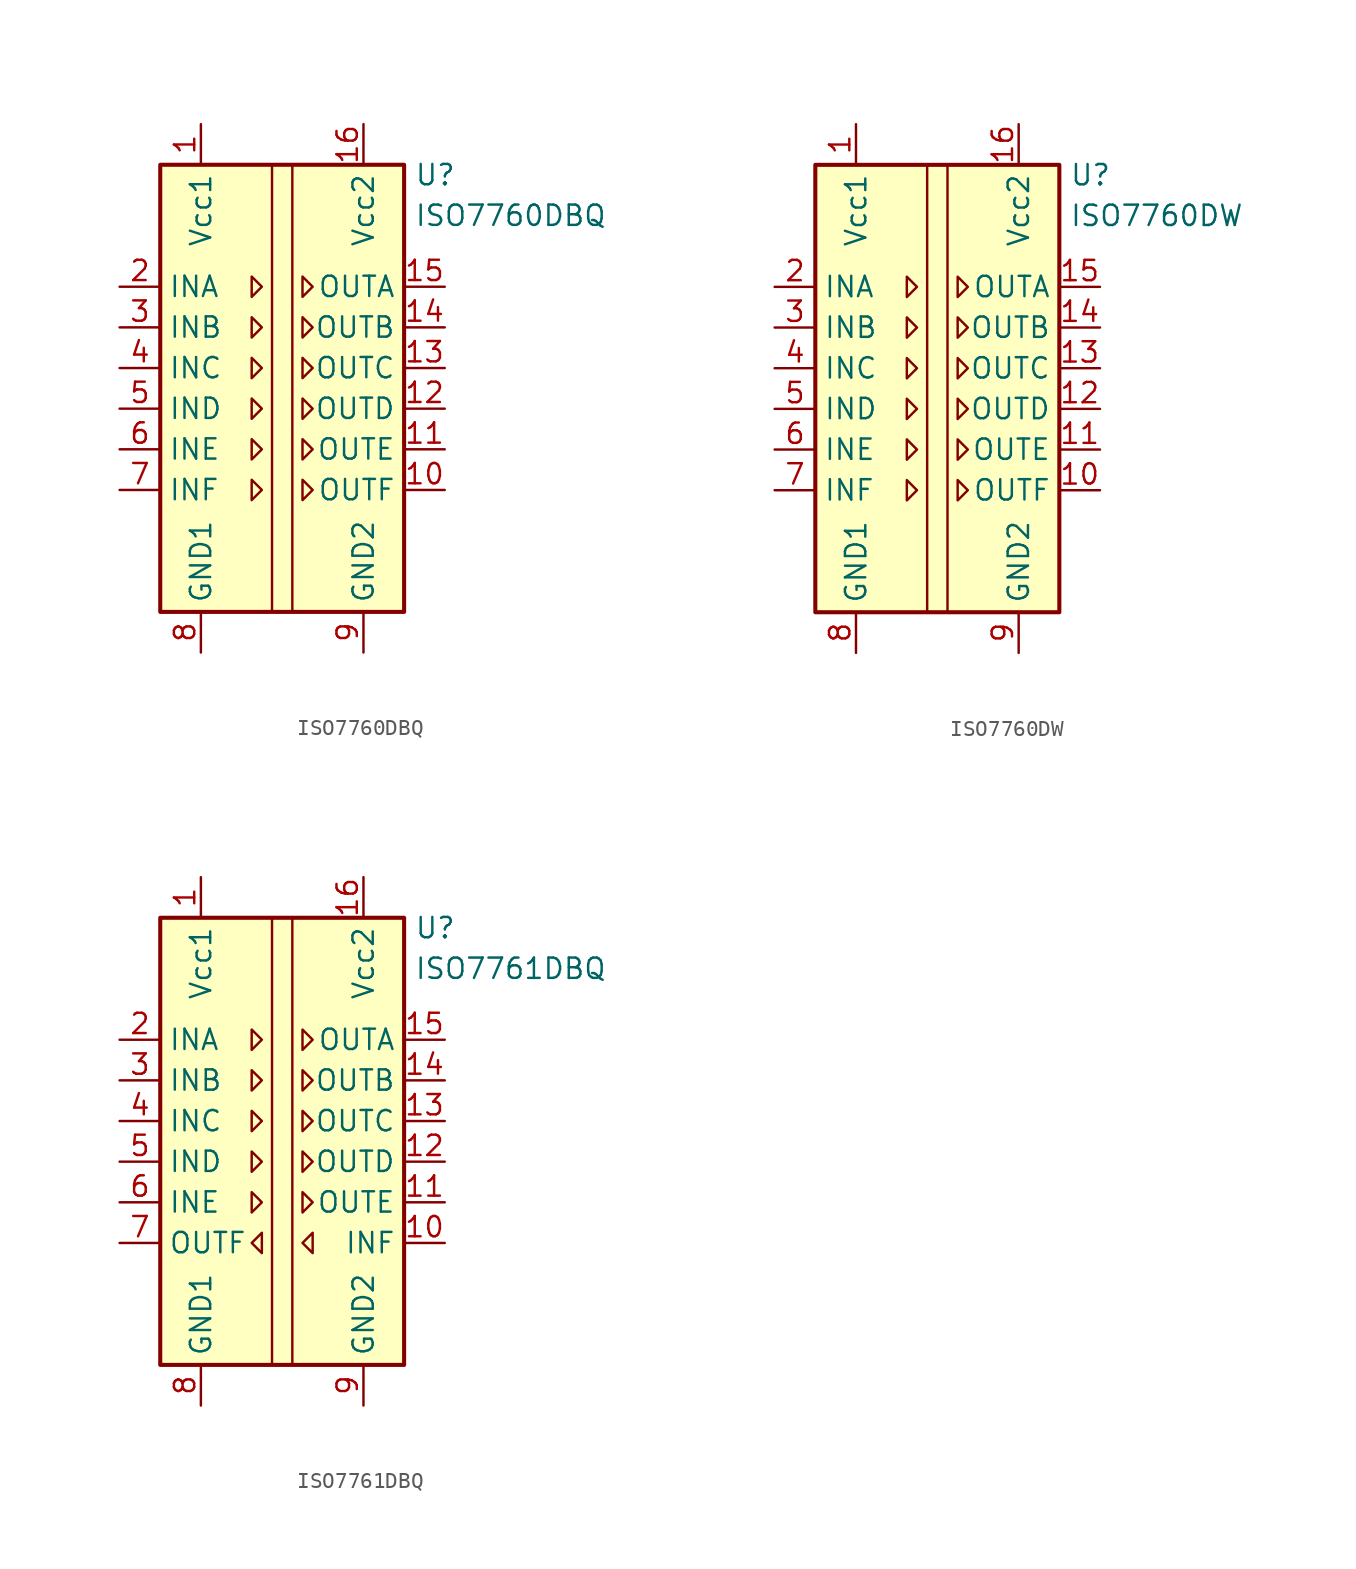
<source format=kicad_sym>
(kicad_symbol_lib
  (version 20220914)
  (generator kicad_symbol_editor)
  (symbol "ISO7760DBQ"
    (property "Reference" "U"
      (at 8.255 14.605 0)
      (effects (font (size 1.27 1.27)) (justify left)))
    (property "Value" "ISO7760DBQ"
      (at 8.255 12.065 0)
      (effects (font (size 1.27 1.27)) (justify left)))
    (symbol "ISO7760DBQ_0_1"
      (rectangle (start -7.62 15.24) (end 7.62 -12.7) (stroke (width 0.254) (type default)) (fill (type background)))
      (polyline (pts (xy -0.635 15.24) (xy -0.635 -12.7)) (stroke (width 0) (type default)) (fill (type none)))
      (polyline (pts (xy 0.635 15.24) (xy 0.635 -12.7)) (stroke (width 0) (type default)) (fill (type none)))
      (polyline (pts (xy -1.905 8.255) (xy -1.27 7.62) (xy -1.905 6.985) (xy -1.905 8.255)) (stroke (width 0) (type default)) (fill (type none)))
      (polyline (pts (xy 1.27 8.255) (xy 1.905 7.62) (xy 1.27 6.985) (xy 1.27 8.255)) (stroke (width 0) (type default)) (fill (type none))))
    (symbol "ISO7760DBQ_1_1"
      (polyline (pts (xy -1.905 -4.445) (xy -1.27 -5.08) (xy -1.905 -5.715) (xy -1.905 -4.445)) (stroke (width 0) (type default)) (fill (type none)))
      (polyline (pts (xy -1.905 -1.905) (xy -1.27 -2.54) (xy -1.905 -3.175) (xy -1.905 -1.905)) (stroke (width 0) (type default)) (fill (type none)))
      (polyline (pts (xy -1.905 0.635) (xy -1.27 0) (xy -1.905 -0.635) (xy -1.905 0.635)) (stroke (width 0) (type default)) (fill (type none)))
      (polyline (pts (xy -1.905 3.175) (xy -1.27 2.54) (xy -1.905 1.905) (xy -1.905 3.175)) (stroke (width 0) (type default)) (fill (type none)))
      (polyline (pts (xy -1.905 5.715) (xy -1.27 5.08) (xy -1.905 4.445) (xy -1.905 5.715)) (stroke (width 0) (type default)) (fill (type none)))
      (polyline (pts (xy 1.27 -4.445) (xy 1.905 -5.08) (xy 1.27 -5.715) (xy 1.27 -4.445)) (stroke (width 0) (type default)) (fill (type none)))
      (polyline (pts (xy 1.27 -1.905) (xy 1.905 -2.54) (xy 1.27 -3.175) (xy 1.27 -1.905)) (stroke (width 0) (type default)) (fill (type none)))
      (polyline (pts (xy 1.27 0.635) (xy 1.905 0) (xy 1.27 -0.635) (xy 1.27 0.635)) (stroke (width 0) (type default)) (fill (type none)))
      (polyline (pts (xy 1.27 3.175) (xy 1.905 2.54) (xy 1.27 1.905) (xy 1.27 3.175)) (stroke (width 0) (type default)) (fill (type none)))
      (polyline (pts (xy 1.27 5.715) (xy 1.905 5.08) (xy 1.27 4.445) (xy 1.27 5.715)) (stroke (width 0) (type default)) (fill (type none)))
      (pin power_in line (at -5.08 17.78 270) (length 2.54) (name "Vcc1" (effects (font (size 1.27 1.27)))) (number "1" (effects (font (size 1.27 1.27)))))
      (pin output line (at 10.16 -5.08 180) (length 2.54) (name "OUTF" (effects (font (size 1.27 1.27)))) (number "10" (effects (font (size 1.27 1.27)))))
      (pin output line (at 10.16 -2.54 180) (length 2.54) (name "OUTE" (effects (font (size 1.27 1.27)))) (number "11" (effects (font (size 1.27 1.27)))))
      (pin output line (at 10.16 0 180) (length 2.54) (name "OUTD" (effects (font (size 1.27 1.27)))) (number "12" (effects (font (size 1.27 1.27)))))
      (pin output line (at 10.16 2.54 180) (length 2.54) (name "OUTC" (effects (font (size 1.27 1.27)))) (number "13" (effects (font (size 1.27 1.27)))))
      (pin output line (at 10.16 5.08 180) (length 2.54) (name "OUTB" (effects (font (size 1.27 1.27)))) (number "14" (effects (font (size 1.27 1.27)))))
      (pin output line (at 10.16 7.62 180) (length 2.54) (name "OUTA" (effects (font (size 1.27 1.27)))) (number "15" (effects (font (size 1.27 1.27)))))
      (pin power_in line (at 5.08 17.78 270) (length 2.54) (name "Vcc2" (effects (font (size 1.27 1.27)))) (number "16" (effects (font (size 1.27 1.27)))))
      (pin input line (at -10.16 7.62 0) (length 2.54) (name "INA" (effects (font (size 1.27 1.27)))) (number "2" (effects (font (size 1.27 1.27)))))
      (pin input line (at -10.16 5.08 0) (length 2.54) (name "INB" (effects (font (size 1.27 1.27)))) (number "3" (effects (font (size 1.27 1.27)))))
      (pin input line (at -10.16 2.54 0) (length 2.54) (name "INC" (effects (font (size 1.27 1.27)))) (number "4" (effects (font (size 1.27 1.27)))))
      (pin input line (at -10.16 0 0) (length 2.54) (name "IND" (effects (font (size 1.27 1.27)))) (number "5" (effects (font (size 1.27 1.27)))))
      (pin input line (at -10.16 -2.54 0) (length 2.54) (name "INE" (effects (font (size 1.27 1.27)))) (number "6" (effects (font (size 1.27 1.27)))))
      (pin input line (at -10.16 -5.08 0) (length 2.54) (name "INF" (effects (font (size 1.27 1.27)))) (number "7" (effects (font (size 1.27 1.27)))))
      (pin power_in line (at -5.08 -15.24 90) (length 2.54) (name "GND1" (effects (font (size 1.27 1.27)))) (number "8" (effects (font (size 1.27 1.27)))))
      (pin power_in line (at 5.08 -15.24 90) (length 2.54) (name "GND2" (effects (font (size 1.27 1.27)))) (number "9" (effects (font (size 1.27 1.27)))))))
  (symbol "ISO7760DW"
    (property "Reference" "U"
      (at 8.255 14.605 0)
      (effects (font (size 1.27 1.27)) (justify left)))
    (property "Value" "ISO7760DW"
      (at 8.255 12.065 0)
      (effects (font (size 1.27 1.27)) (justify left)))
    (symbol "ISO7760DW_0_1"
      (rectangle (start -7.62 15.24) (end 7.62 -12.7) (stroke (width 0.254) (type default)) (fill (type background)))
      (polyline (pts (xy -0.635 15.24) (xy -0.635 -12.7)) (stroke (width 0) (type default)) (fill (type none)))
      (polyline (pts (xy 0.635 15.24) (xy 0.635 -12.7)) (stroke (width 0) (type default)) (fill (type none)))
      (polyline (pts (xy -1.905 8.255) (xy -1.27 7.62) (xy -1.905 6.985) (xy -1.905 8.255)) (stroke (width 0) (type default)) (fill (type none)))
      (polyline (pts (xy 1.27 8.255) (xy 1.905 7.62) (xy 1.27 6.985) (xy 1.27 8.255)) (stroke (width 0) (type default)) (fill (type none))))
    (symbol "ISO7760DW_1_1"
      (polyline (pts (xy -1.905 -4.445) (xy -1.27 -5.08) (xy -1.905 -5.715) (xy -1.905 -4.445)) (stroke (width 0) (type default)) (fill (type none)))
      (polyline (pts (xy -1.905 -1.905) (xy -1.27 -2.54) (xy -1.905 -3.175) (xy -1.905 -1.905)) (stroke (width 0) (type default)) (fill (type none)))
      (polyline (pts (xy -1.905 0.635) (xy -1.27 0) (xy -1.905 -0.635) (xy -1.905 0.635)) (stroke (width 0) (type default)) (fill (type none)))
      (polyline (pts (xy -1.905 3.175) (xy -1.27 2.54) (xy -1.905 1.905) (xy -1.905 3.175)) (stroke (width 0) (type default)) (fill (type none)))
      (polyline (pts (xy -1.905 5.715) (xy -1.27 5.08) (xy -1.905 4.445) (xy -1.905 5.715)) (stroke (width 0) (type default)) (fill (type none)))
      (polyline (pts (xy 1.27 -4.445) (xy 1.905 -5.08) (xy 1.27 -5.715) (xy 1.27 -4.445)) (stroke (width 0) (type default)) (fill (type none)))
      (polyline (pts (xy 1.27 -1.905) (xy 1.905 -2.54) (xy 1.27 -3.175) (xy 1.27 -1.905)) (stroke (width 0) (type default)) (fill (type none)))
      (polyline (pts (xy 1.27 0.635) (xy 1.905 0) (xy 1.27 -0.635) (xy 1.27 0.635)) (stroke (width 0) (type default)) (fill (type none)))
      (polyline (pts (xy 1.27 3.175) (xy 1.905 2.54) (xy 1.27 1.905) (xy 1.27 3.175)) (stroke (width 0) (type default)) (fill (type none)))
      (polyline (pts (xy 1.27 5.715) (xy 1.905 5.08) (xy 1.27 4.445) (xy 1.27 5.715)) (stroke (width 0) (type default)) (fill (type none)))
      (pin power_in line (at -5.08 17.78 270) (length 2.54) (name "Vcc1" (effects (font (size 1.27 1.27)))) (number "1" (effects (font (size 1.27 1.27)))))
      (pin output line (at 10.16 -5.08 180) (length 2.54) (name "OUTF" (effects (font (size 1.27 1.27)))) (number "10" (effects (font (size 1.27 1.27)))))
      (pin output line (at 10.16 -2.54 180) (length 2.54) (name "OUTE" (effects (font (size 1.27 1.27)))) (number "11" (effects (font (size 1.27 1.27)))))
      (pin output line (at 10.16 0 180) (length 2.54) (name "OUTD" (effects (font (size 1.27 1.27)))) (number "12" (effects (font (size 1.27 1.27)))))
      (pin output line (at 10.16 2.54 180) (length 2.54) (name "OUTC" (effects (font (size 1.27 1.27)))) (number "13" (effects (font (size 1.27 1.27)))))
      (pin output line (at 10.16 5.08 180) (length 2.54) (name "OUTB" (effects (font (size 1.27 1.27)))) (number "14" (effects (font (size 1.27 1.27)))))
      (pin output line (at 10.16 7.62 180) (length 2.54) (name "OUTA" (effects (font (size 1.27 1.27)))) (number "15" (effects (font (size 1.27 1.27)))))
      (pin power_in line (at 5.08 17.78 270) (length 2.54) (name "Vcc2" (effects (font (size 1.27 1.27)))) (number "16" (effects (font (size 1.27 1.27)))))
      (pin input line (at -10.16 7.62 0) (length 2.54) (name "INA" (effects (font (size 1.27 1.27)))) (number "2" (effects (font (size 1.27 1.27)))))
      (pin input line (at -10.16 5.08 0) (length 2.54) (name "INB" (effects (font (size 1.27 1.27)))) (number "3" (effects (font (size 1.27 1.27)))))
      (pin input line (at -10.16 2.54 0) (length 2.54) (name "INC" (effects (font (size 1.27 1.27)))) (number "4" (effects (font (size 1.27 1.27)))))
      (pin input line (at -10.16 0 0) (length 2.54) (name "IND" (effects (font (size 1.27 1.27)))) (number "5" (effects (font (size 1.27 1.27)))))
      (pin input line (at -10.16 -2.54 0) (length 2.54) (name "INE" (effects (font (size 1.27 1.27)))) (number "6" (effects (font (size 1.27 1.27)))))
      (pin input line (at -10.16 -5.08 0) (length 2.54) (name "INF" (effects (font (size 1.27 1.27)))) (number "7" (effects (font (size 1.27 1.27)))))
      (pin power_in line (at -5.08 -15.24 90) (length 2.54) (name "GND1" (effects (font (size 1.27 1.27)))) (number "8" (effects (font (size 1.27 1.27)))))
      (pin power_in line (at 5.08 -15.24 90) (length 2.54) (name "GND2" (effects (font (size 1.27 1.27)))) (number "9" (effects (font (size 1.27 1.27)))))))
  (symbol "ISO7761DBQ"
    (property "Reference" "U"
      (at 8.255 14.605 0)
      (effects (font (size 1.27 1.27)) (justify left)))
    (property "Value" "ISO7761DBQ"
      (at 8.255 12.065 0)
      (effects (font (size 1.27 1.27)) (justify left)))
    (symbol "ISO7761DBQ_0_1"
      (rectangle (start -7.62 15.24) (end 7.62 -12.7) (stroke (width 0.254) (type default)) (fill (type background)))
      (polyline (pts (xy -0.635 15.24) (xy -0.635 -12.7)) (stroke (width 0) (type default)) (fill (type none)))
      (polyline (pts (xy 0.635 15.24) (xy 0.635 -12.7)) (stroke (width 0) (type default)) (fill (type none)))
      (polyline (pts (xy -1.905 8.255) (xy -1.27 7.62) (xy -1.905 6.985) (xy -1.905 8.255)) (stroke (width 0) (type default)) (fill (type none)))
      (polyline (pts (xy 1.27 8.255) (xy 1.905 7.62) (xy 1.27 6.985) (xy 1.27 8.255)) (stroke (width 0) (type default)) (fill (type none))))
    (symbol "ISO7761DBQ_1_1"
      (polyline (pts (xy -1.905 -1.905) (xy -1.27 -2.54) (xy -1.905 -3.175) (xy -1.905 -1.905)) (stroke (width 0) (type default)) (fill (type none)))
      (polyline (pts (xy -1.905 0.635) (xy -1.27 0) (xy -1.905 -0.635) (xy -1.905 0.635)) (stroke (width 0) (type default)) (fill (type none)))
      (polyline (pts (xy -1.905 3.175) (xy -1.27 2.54) (xy -1.905 1.905) (xy -1.905 3.175)) (stroke (width 0) (type default)) (fill (type none)))
      (polyline (pts (xy -1.905 5.715) (xy -1.27 5.08) (xy -1.905 4.445) (xy -1.905 5.715)) (stroke (width 0) (type default)) (fill (type none)))
      (polyline (pts (xy -1.27 -4.445) (xy -1.905 -5.08) (xy -1.27 -5.715) (xy -1.27 -4.445)) (stroke (width 0) (type default)) (fill (type none)))
      (polyline (pts (xy 1.27 -1.905) (xy 1.905 -2.54) (xy 1.27 -3.175) (xy 1.27 -1.905)) (stroke (width 0) (type default)) (fill (type none)))
      (polyline (pts (xy 1.27 0.635) (xy 1.905 0) (xy 1.27 -0.635) (xy 1.27 0.635)) (stroke (width 0) (type default)) (fill (type none)))
      (polyline (pts (xy 1.27 3.175) (xy 1.905 2.54) (xy 1.27 1.905) (xy 1.27 3.175)) (stroke (width 0) (type default)) (fill (type none)))
      (polyline (pts (xy 1.27 5.715) (xy 1.905 5.08) (xy 1.27 4.445) (xy 1.27 5.715)) (stroke (width 0) (type default)) (fill (type none)))
      (polyline (pts (xy 1.905 -4.445) (xy 1.27 -5.08) (xy 1.905 -5.715) (xy 1.905 -4.445)) (stroke (width 0) (type default)) (fill (type none)))
      (pin power_in line (at -5.08 17.78 270) (length 2.54) (name "Vcc1" (effects (font (size 1.27 1.27)))) (number "1" (effects (font (size 1.27 1.27)))))
      (pin input line (at 10.16 -5.08 180) (length 2.54) (name "INF" (effects (font (size 1.27 1.27)))) (number "10" (effects (font (size 1.27 1.27)))))
      (pin output line (at 10.16 -2.54 180) (length 2.54) (name "OUTE" (effects (font (size 1.27 1.27)))) (number "11" (effects (font (size 1.27 1.27)))))
      (pin output line (at 10.16 0 180) (length 2.54) (name "OUTD" (effects (font (size 1.27 1.27)))) (number "12" (effects (font (size 1.27 1.27)))))
      (pin output line (at 10.16 2.54 180) (length 2.54) (name "OUTC" (effects (font (size 1.27 1.27)))) (number "13" (effects (font (size 1.27 1.27)))))
      (pin output line (at 10.16 5.08 180) (length 2.54) (name "OUTB" (effects (font (size 1.27 1.27)))) (number "14" (effects (font (size 1.27 1.27)))))
      (pin output line (at 10.16 7.62 180) (length 2.54) (name "OUTA" (effects (font (size 1.27 1.27)))) (number "15" (effects (font (size 1.27 1.27)))))
      (pin power_in line (at 5.08 17.78 270) (length 2.54) (name "Vcc2" (effects (font (size 1.27 1.27)))) (number "16" (effects (font (size 1.27 1.27)))))
      (pin input line (at -10.16 7.62 0) (length 2.54) (name "INA" (effects (font (size 1.27 1.27)))) (number "2" (effects (font (size 1.27 1.27)))))
      (pin input line (at -10.16 5.08 0) (length 2.54) (name "INB" (effects (font (size 1.27 1.27)))) (number "3" (effects (font (size 1.27 1.27)))))
      (pin input line (at -10.16 2.54 0) (length 2.54) (name "INC" (effects (font (size 1.27 1.27)))) (number "4" (effects (font (size 1.27 1.27)))))
      (pin input line (at -10.16 0 0) (length 2.54) (name "IND" (effects (font (size 1.27 1.27)))) (number "5" (effects (font (size 1.27 1.27)))))
      (pin input line (at -10.16 -2.54 0) (length 2.54) (name "INE" (effects (font (size 1.27 1.27)))) (number "6" (effects (font (size 1.27 1.27)))))
      (pin output line (at -10.16 -5.08 0) (length 2.54) (name "OUTF" (effects (font (size 1.27 1.27)))) (number "7" (effects (font (size 1.27 1.27)))))
      (pin power_in line (at -5.08 -15.24 90) (length 2.54) (name "GND1" (effects (font (size 1.27 1.27)))) (number "8" (effects (font (size 1.27 1.27)))))
      (pin power_in line (at 5.08 -15.24 90) (length 2.54) (name "GND2" (effects (font (size 1.27 1.27)))) (number "9" (effects (font (size 1.27 1.27))))))))
</source>
